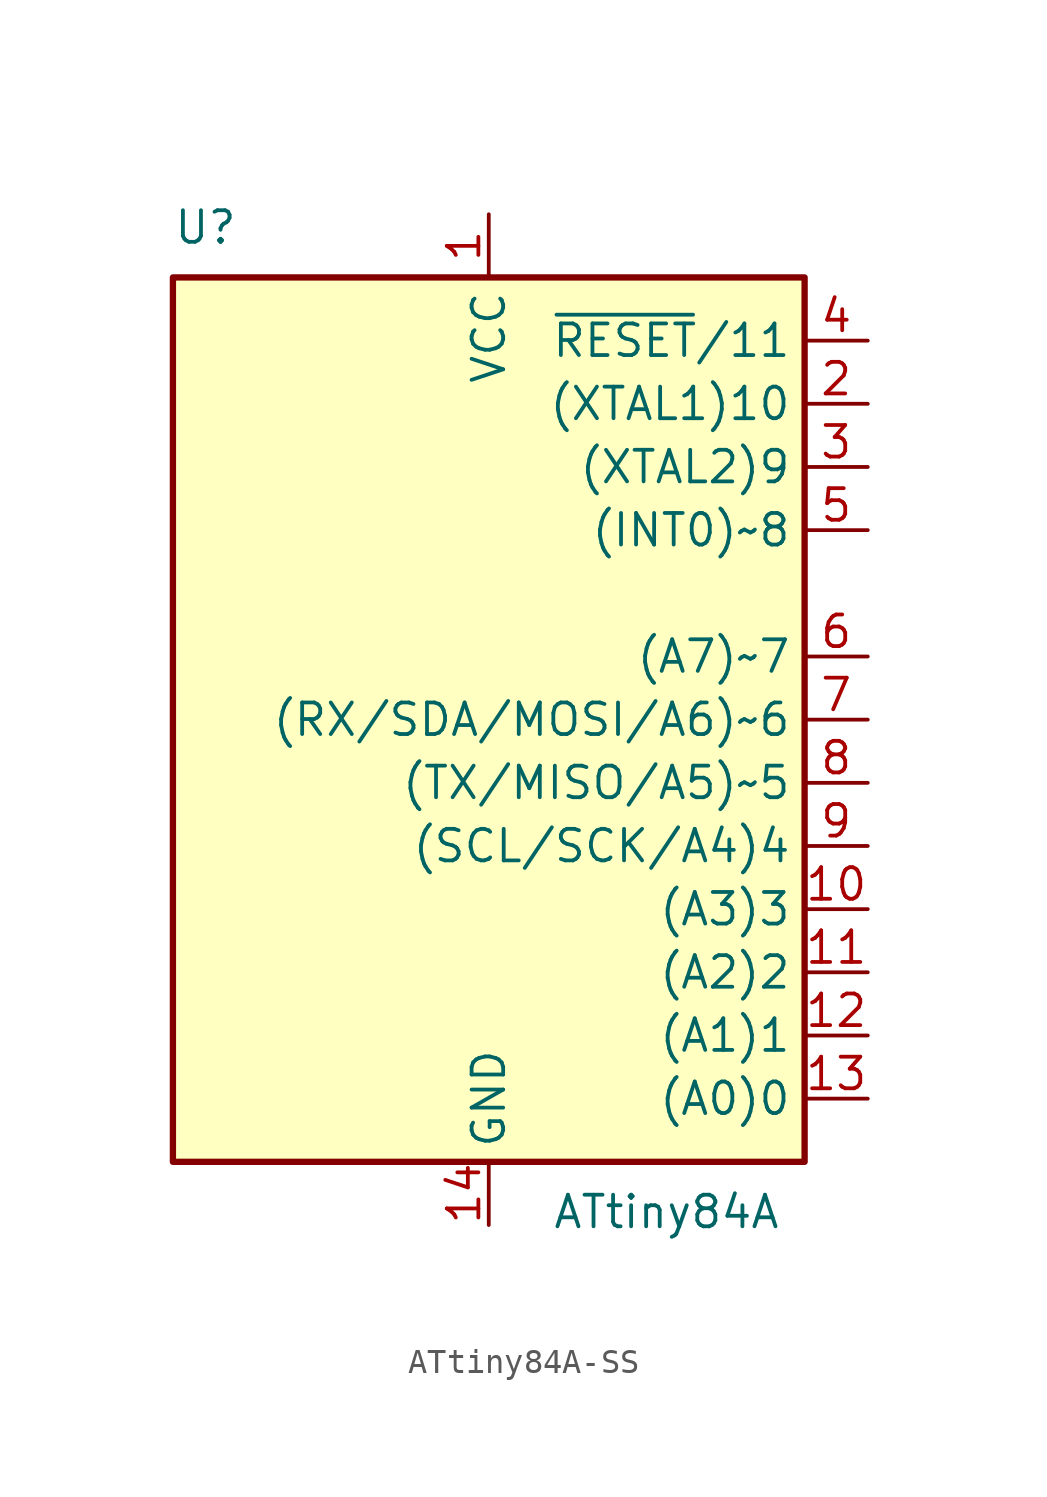
<source format=kicad_sym>
(kicad_symbol_lib
  (version 20231120)
  (generator "kicad_symbol_editor")
  (generator_version "8.0")
  (symbol "ATtiny84A-SS"
    (property "Reference" "U"
      (at -12.7 21.59 0)
      (effects (font (size 1.27 1.27)) (justify left bottom)))
    (property "Value" "ATtiny84A"
      (at 2.54 -16.51 0)
      (effects (font (size 1.27 1.27)) (justify left top)))
    (symbol "ATtiny84A-SS_0_1"
      (rectangle (start -12.7 20.32) (end 12.7 -15.24) (stroke (width 0.254) (type default)) (fill (type background))))
    (symbol "ATtiny84A-SS_1_1"
      (pin power_in line (at 0 22.86 270) (length 2.54) (name "VCC" (effects (font (size 1.27 1.27)))) (number "1" (effects (font (size 1.27 1.27)))))
      (pin bidirectional line (at 15.24 -5.08 180) (length 2.54) (name "(A3)3" (effects (font (size 1.27 1.27)))) (number "10" (effects (font (size 1.27 1.27)))))
      (pin bidirectional line (at 15.24 -7.62 180) (length 2.54) (name "(A2)2" (effects (font (size 1.27 1.27)))) (number "11" (effects (font (size 1.27 1.27)))))
      (pin bidirectional line (at 15.24 -10.16 180) (length 2.54) (name "(A1)1" (effects (font (size 1.27 1.27)))) (number "12" (effects (font (size 1.27 1.27)))))
      (pin bidirectional line (at 15.24 -12.7 180) (length 2.54) (name "(A0)0" (effects (font (size 1.27 1.27)))) (number "13" (effects (font (size 1.27 1.27)))))
      (pin power_in line (at 0 -17.78 90) (length 2.54) (name "GND" (effects (font (size 1.27 1.27)))) (number "14" (effects (font (size 1.27 1.27)))))
      (pin bidirectional line (at 15.24 15.24 180) (length 2.54) (name "(XTAL1)10" (effects (font (size 1.27 1.27)))) (number "2" (effects (font (size 1.27 1.27)))))
      (pin bidirectional line (at 15.24 12.7 180) (length 2.54) (name "(XTAL2)9" (effects (font (size 1.27 1.27)))) (number "3" (effects (font (size 1.27 1.27)))))
      (pin bidirectional line (at 15.24 17.78 180) (length 2.54) (name "~{RESET}/11" (effects (font (size 1.27 1.27)))) (number "4" (effects (font (size 1.27 1.27)))))
      (pin bidirectional line (at 15.24 10.16 180) (length 2.54) (name "(INT0)~8" (effects (font (size 1.27 1.27)))) (number "5" (effects (font (size 1.27 1.27)))))
      (pin bidirectional line (at 15.24 5.08 180) (length 2.54) (name "(A7)~7" (effects (font (size 1.27 1.27)))) (number "6" (effects (font (size 1.27 1.27)))))
      (pin bidirectional line (at 15.24 2.54 180) (length 2.54) (name "(RX/SDA/MOSI/A6)~6" (effects (font (size 1.27 1.27)))) (number "7" (effects (font (size 1.27 1.27)))))
      (pin bidirectional line (at 15.24 0 180) (length 2.54) (name "(TX/MISO/A5)~5" (effects (font (size 1.27 1.27)))) (number "8" (effects (font (size 1.27 1.27)))))
      (pin bidirectional line (at 15.24 -2.54 180) (length 2.54) (name "(SCL/SCK/A4)4" (effects (font (size 1.27 1.27)))) (number "9" (effects (font (size 1.27 1.27))))))))
</source>
